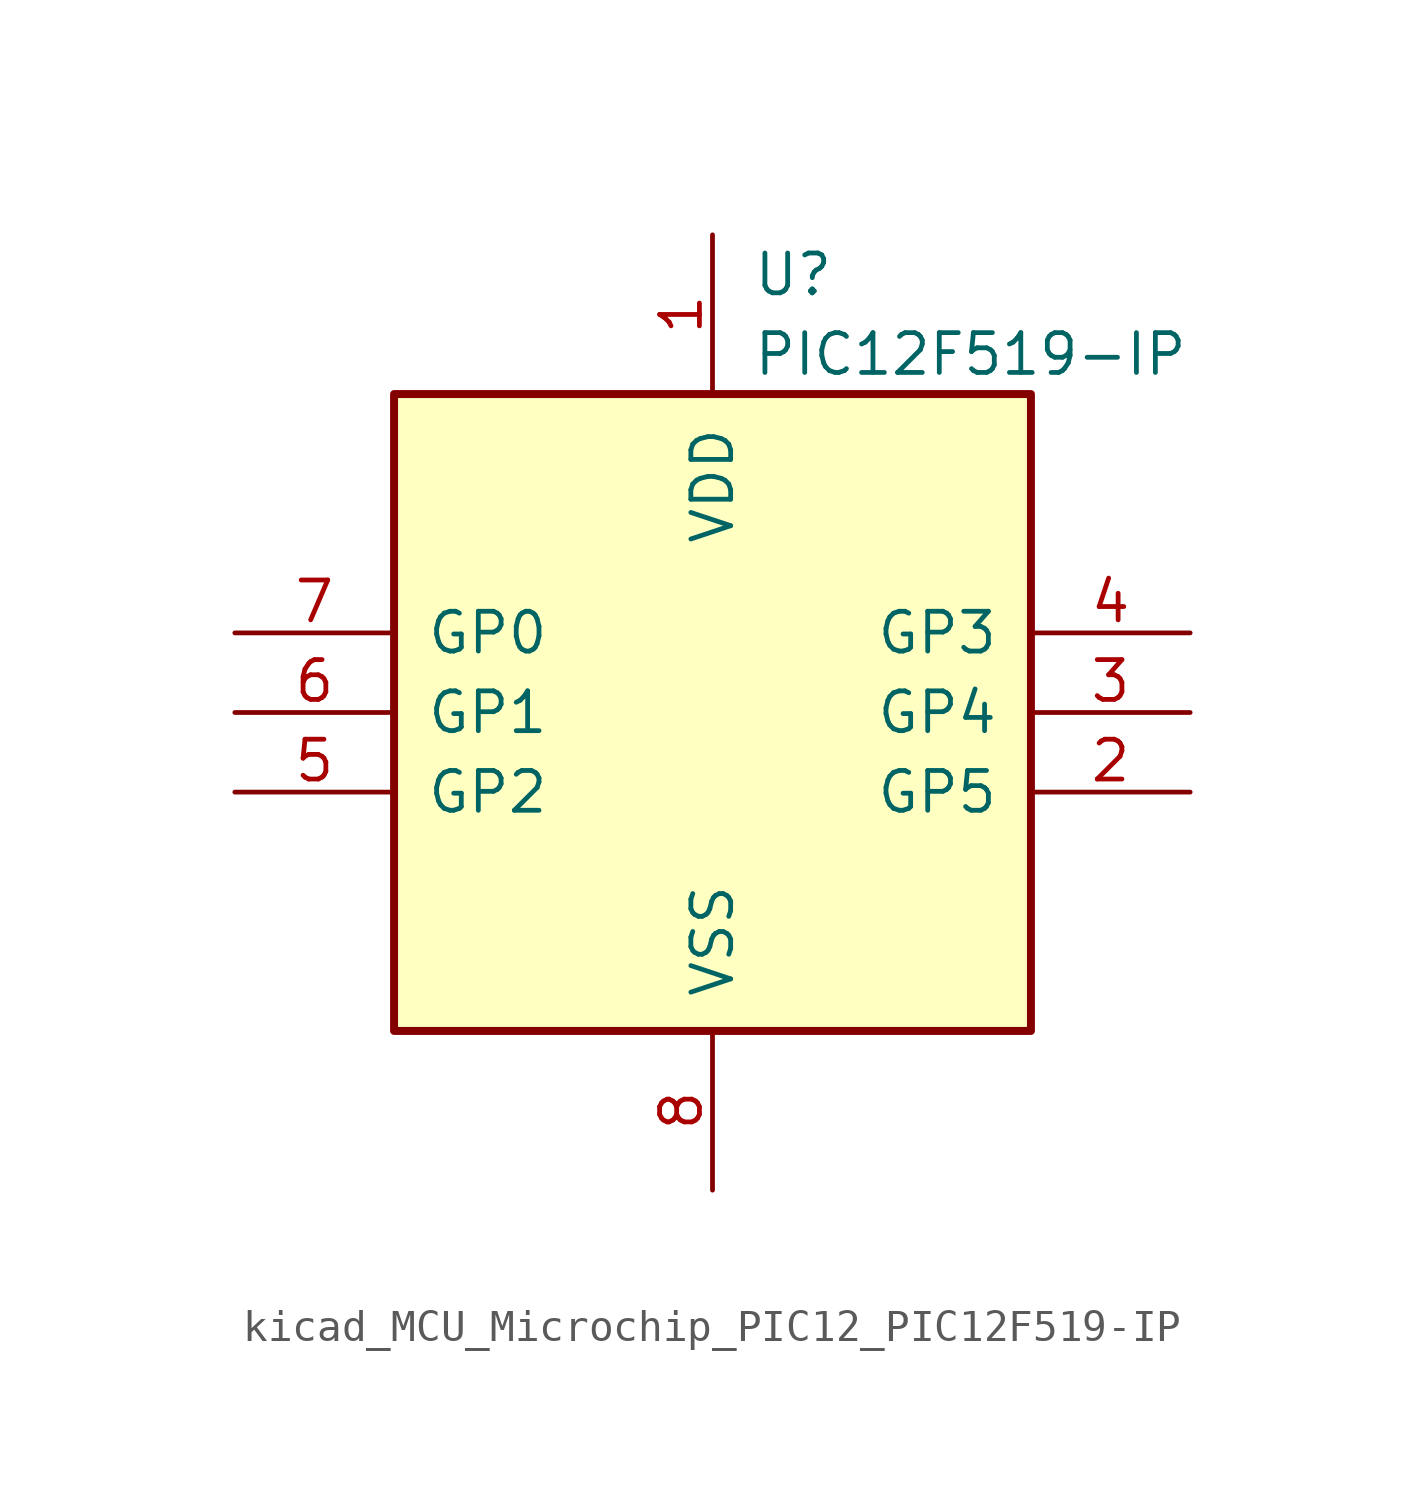
<source format=kicad_sym>
(kicad_symbol_lib
  (version 20220914)
  (generator kicad_symbol_editor)
  (symbol "kicad_MCU_Microchip_PIC12_PIC12F519-IP"
    (pin_names
      (offset 1.016))
    (property "Reference" "U"
      (at 1.27 13.97 0)
      (effects (font (size 1.27 1.27)) (justify left)))
    (property "Value" "PIC12F519-IP"
      (at 1.27 11.43 0)
      (effects (font (size 1.27 1.27)) (justify left)))
    (symbol "kicad_MCU_Microchip_PIC12_PIC12F519-IP_0_1"
      (rectangle (start 10.16 -10.16) (end -10.16 10.16) (stroke (width 0.254) (type default)) (fill (type background))))
    (symbol "kicad_MCU_Microchip_PIC12_PIC12F519-IP_1_1"
      (pin power_in line (at 0 15.24 270) (length 5.08) (name "VDD" (effects (font (size 1.27 1.27)))) (number "1" (effects (font (size 1.27 1.27)))))
      (pin bidirectional line (at 15.24 -2.54 180) (length 5.08) (name "GP5" (effects (font (size 1.27 1.27)))) (number "2" (effects (font (size 1.27 1.27)))))
      (pin bidirectional line (at 15.24 0 180) (length 5.08) (name "GP4" (effects (font (size 1.27 1.27)))) (number "3" (effects (font (size 1.27 1.27)))))
      (pin input line (at 15.24 2.54 180) (length 5.08) (name "GP3" (effects (font (size 1.27 1.27)))) (number "4" (effects (font (size 1.27 1.27)))))
      (pin bidirectional line (at -15.24 -2.54 0) (length 5.08) (name "GP2" (effects (font (size 1.27 1.27)))) (number "5" (effects (font (size 1.27 1.27)))))
      (pin bidirectional line (at -15.24 0 0) (length 5.08) (name "GP1" (effects (font (size 1.27 1.27)))) (number "6" (effects (font (size 1.27 1.27)))))
      (pin bidirectional line (at -15.24 2.54 0) (length 5.08) (name "GP0" (effects (font (size 1.27 1.27)))) (number "7" (effects (font (size 1.27 1.27)))))
      (pin power_in line (at 0 -15.24 90) (length 5.08) (name "VSS" (effects (font (size 1.27 1.27)))) (number "8" (effects (font (size 1.27 1.27))))))))
</source>
